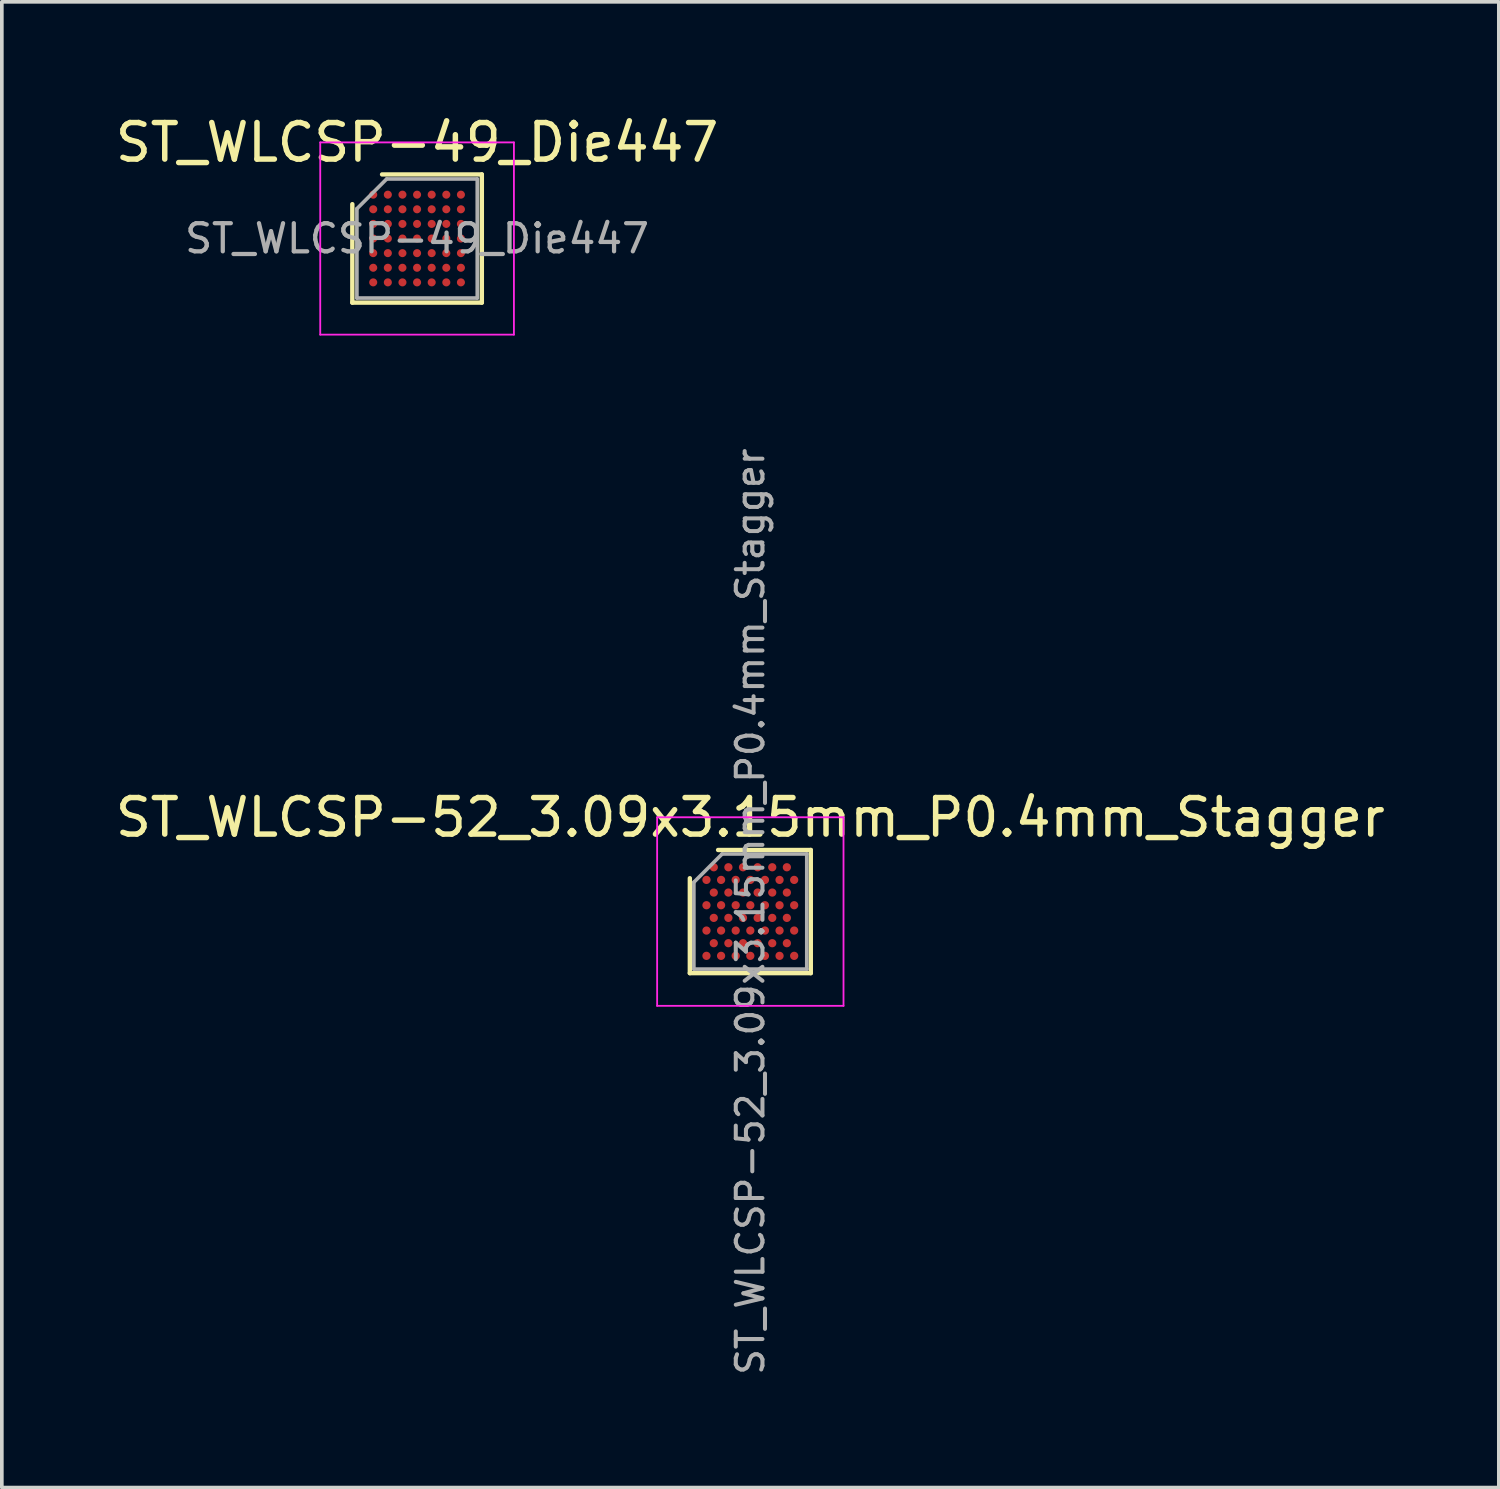
<source format=kicad_pcb>
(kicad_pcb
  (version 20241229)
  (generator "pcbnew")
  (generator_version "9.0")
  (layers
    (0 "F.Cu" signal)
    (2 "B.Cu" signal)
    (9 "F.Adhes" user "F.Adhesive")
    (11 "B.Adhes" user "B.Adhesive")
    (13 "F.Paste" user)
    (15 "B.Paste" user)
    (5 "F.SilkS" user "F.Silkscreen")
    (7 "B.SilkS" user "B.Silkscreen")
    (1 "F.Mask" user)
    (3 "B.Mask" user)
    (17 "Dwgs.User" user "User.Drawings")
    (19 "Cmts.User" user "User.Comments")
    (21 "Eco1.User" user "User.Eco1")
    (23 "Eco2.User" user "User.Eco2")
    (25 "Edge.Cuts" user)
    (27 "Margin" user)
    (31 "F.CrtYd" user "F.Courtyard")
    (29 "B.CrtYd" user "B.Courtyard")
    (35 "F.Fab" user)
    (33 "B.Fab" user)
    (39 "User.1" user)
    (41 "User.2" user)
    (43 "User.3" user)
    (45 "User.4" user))
  (footprint "ST_WLCSP-52_3.09x3.15mm_P0.4mm_Stagger"
    (layer "F.Cu")
    (at 17.482 21.894)
    (property "Reference" "ST_WLCSP-52_3.09x3.15mm_P0.4mm_Stagger" (at 0 -2.575 0) (layer "F.SilkS") (effects (font (size 1 1) (thickness 0.15))))
    (attr smd)
    (fp_line (start -1.655 1.685) (end -1.655 -0.912) (stroke (width 0.12) (type solid)) (layer "F.SilkS"))
    (fp_line (start -0.882 -1.685) (end 1.655 -1.685) (stroke (width 0.12) (type solid)) (layer "F.SilkS"))
    (fp_line (start 1.655 -1.685) (end 1.655 1.685) (stroke (width 0.12) (type solid)) (layer "F.SilkS"))
    (fp_line (start 1.655 1.685) (end -1.655 1.685) (stroke (width 0.12) (type solid)) (layer "F.SilkS"))
    (fp_line (start -2.55 -2.58) (end -2.55 2.58) (stroke (width 0.05) (type solid)) (layer "F.CrtYd"))
    (fp_line (start -2.55 2.58) (end 2.55 2.58) (stroke (width 0.05) (type solid)) (layer "F.CrtYd"))
    (fp_line (start 2.55 -2.58) (end -2.55 -2.58) (stroke (width 0.05) (type solid)) (layer "F.CrtYd"))
    (fp_line (start 2.55 2.58) (end 2.55 -2.58) (stroke (width 0.05) (type solid)) (layer "F.CrtYd"))
    (fp_line (start -1.545 -0.802) (end -0.772 -1.575) (stroke (width 0.1) (type solid)) (layer "F.Fab"))
    (fp_line (start -1.545 1.575) (end -1.545 -0.802) (stroke (width 0.1) (type solid)) (layer "F.Fab"))
    (fp_line (start -0.772 -1.575) (end 1.545 -1.575) (stroke (width 0.1) (type solid)) (layer "F.Fab"))
    (fp_line (start 1.545 -1.575) (end 1.545 1.575) (stroke (width 0.1) (type solid)) (layer "F.Fab"))
    (fp_line (start 1.545 1.575) (end -1.545 1.575) (stroke (width 0.1) (type solid)) (layer "F.Fab"))
    (fp_text user "${REFERENCE}" (at 0 0 270) (layer "F.Fab") (effects (font (size 0.73 0.73) (thickness 0.11))))
    (pad "A2" smd circle (at -1 -1.212) (size 0.225 0.225) (layers "F.Cu" "F.Mask" "F.Paste"))
    (pad "A4" smd circle (at -0.6 -1.212) (size 0.225 0.225) (layers "F.Cu" "F.Mask" "F.Paste"))
    (pad "A6" smd circle (at -0.2 -1.212) (size 0.225 0.225) (layers "F.Cu" "F.Mask" "F.Paste"))
    (pad "A8" smd circle (at 0.2 -1.212) (size 0.225 0.225) (layers "F.Cu" "F.Mask" "F.Paste"))
    (pad "A10" smd circle (at 0.6 -1.212) (size 0.225 0.225) (layers "F.Cu" "F.Mask" "F.Paste"))
    (pad "A12" smd circle (at 1 -1.212) (size 0.225 0.225) (layers "F.Cu" "F.Mask" "F.Paste"))
    (pad "B1" smd circle (at -1.2 -0.866) (size 0.225 0.225) (layers "F.Cu" "F.Mask" "F.Paste"))
    (pad "B3" smd circle (at -0.8 -0.866) (size 0.225 0.225) (layers "F.Cu" "F.Mask" "F.Paste"))
    (pad "B5" smd circle (at -0.4 -0.866) (size 0.225 0.225) (layers "F.Cu" "F.Mask" "F.Paste"))
    (pad "B7" smd circle (at 0 -0.866) (size 0.225 0.225) (layers "F.Cu" "F.Mask" "F.Paste"))
    (pad "B9" smd circle (at 0.4 -0.866) (size 0.225 0.225) (layers "F.Cu" "F.Mask" "F.Paste"))
    (pad "B11" smd circle (at 0.8 -0.866) (size 0.225 0.225) (layers "F.Cu" "F.Mask" "F.Paste"))
    (pad "B13" smd circle (at 1.2 -0.866) (size 0.225 0.225) (layers "F.Cu" "F.Mask" "F.Paste"))
    (pad "C2" smd circle (at -1 -0.52) (size 0.225 0.225) (layers "F.Cu" "F.Mask" "F.Paste"))
    (pad "C4" smd circle (at -0.6 -0.52) (size 0.225 0.225) (layers "F.Cu" "F.Mask" "F.Paste"))
    (pad "C6" smd circle (at -0.2 -0.52) (size 0.225 0.225) (layers "F.Cu" "F.Mask" "F.Paste"))
    (pad "C8" smd circle (at 0.2 -0.52) (size 0.225 0.225) (layers "F.Cu" "F.Mask" "F.Paste"))
    (pad "C10" smd circle (at 0.6 -0.52) (size 0.225 0.225) (layers "F.Cu" "F.Mask" "F.Paste"))
    (pad "C12" smd circle (at 1 -0.52) (size 0.225 0.225) (layers "F.Cu" "F.Mask" "F.Paste"))
    (pad "D1" smd circle (at -1.2 -0.173) (size 0.225 0.225) (layers "F.Cu" "F.Mask" "F.Paste"))
    (pad "D3" smd circle (at -0.8 -0.173) (size 0.225 0.225) (layers "F.Cu" "F.Mask" "F.Paste"))
    (pad "D5" smd circle (at -0.4 -0.173) (size 0.225 0.225) (layers "F.Cu" "F.Mask" "F.Paste"))
    (pad "D7" smd circle (at 0 -0.173) (size 0.225 0.225) (layers "F.Cu" "F.Mask" "F.Paste"))
    (pad "D9" smd circle (at 0.4 -0.173) (size 0.225 0.225) (layers "F.Cu" "F.Mask" "F.Paste"))
    (pad "D11" smd circle (at 0.8 -0.173) (size 0.225 0.225) (layers "F.Cu" "F.Mask" "F.Paste"))
    (pad "D13" smd circle (at 1.2 -0.173) (size 0.225 0.225) (layers "F.Cu" "F.Mask" "F.Paste"))
    (pad "E2" smd circle (at -1 0.173) (size 0.225 0.225) (layers "F.Cu" "F.Mask" "F.Paste"))
    (pad "E4" smd circle (at -0.6 0.173) (size 0.225 0.225) (layers "F.Cu" "F.Mask" "F.Paste"))
    (pad "E6" smd circle (at -0.2 0.173) (size 0.225 0.225) (layers "F.Cu" "F.Mask" "F.Paste"))
    (pad "E8" smd circle (at 0.2 0.173) (size 0.225 0.225) (layers "F.Cu" "F.Mask" "F.Paste"))
    (pad "E10" smd circle (at 0.6 0.173) (size 0.225 0.225) (layers "F.Cu" "F.Mask" "F.Paste"))
    (pad "E12" smd circle (at 1 0.173) (size 0.225 0.225) (layers "F.Cu" "F.Mask" "F.Paste"))
    (pad "F1" smd circle (at -1.2 0.52) (size 0.225 0.225) (layers "F.Cu" "F.Mask" "F.Paste"))
    (pad "F3" smd circle (at -0.8 0.52) (size 0.225 0.225) (layers "F.Cu" "F.Mask" "F.Paste"))
    (pad "F5" smd circle (at -0.4 0.52) (size 0.225 0.225) (layers "F.Cu" "F.Mask" "F.Paste"))
    (pad "F7" smd circle (at 0 0.52) (size 0.225 0.225) (layers "F.Cu" "F.Mask" "F.Paste"))
    (pad "F9" smd circle (at 0.4 0.52) (size 0.225 0.225) (layers "F.Cu" "F.Mask" "F.Paste"))
    (pad "F11" smd circle (at 0.8 0.52) (size 0.225 0.225) (layers "F.Cu" "F.Mask" "F.Paste"))
    (pad "F13" smd circle (at 1.2 0.52) (size 0.225 0.225) (layers "F.Cu" "F.Mask" "F.Paste"))
    (pad "G2" smd circle (at -1 0.866) (size 0.225 0.225) (layers "F.Cu" "F.Mask" "F.Paste"))
    (pad "G4" smd circle (at -0.6 0.866) (size 0.225 0.225) (layers "F.Cu" "F.Mask" "F.Paste"))
    (pad "G6" smd circle (at -0.2 0.866) (size 0.225 0.225) (layers "F.Cu" "F.Mask" "F.Paste"))
    (pad "G8" smd circle (at 0.2 0.866) (size 0.225 0.225) (layers "F.Cu" "F.Mask" "F.Paste"))
    (pad "G10" smd circle (at 0.6 0.866) (size 0.225 0.225) (layers "F.Cu" "F.Mask" "F.Paste"))
    (pad "G12" smd circle (at 1 0.866) (size 0.225 0.225) (layers "F.Cu" "F.Mask" "F.Paste"))
    (pad "H1" smd circle (at -1.2 1.212) (size 0.225 0.225) (layers "F.Cu" "F.Mask" "F.Paste"))
    (pad "H3" smd circle (at -0.8 1.212) (size 0.225 0.225) (layers "F.Cu" "F.Mask" "F.Paste"))
    (pad "H5" smd circle (at -0.4 1.212) (size 0.225 0.225) (layers "F.Cu" "F.Mask" "F.Paste"))
    (pad "H7" smd circle (at 0 1.212) (size 0.225 0.225) (layers "F.Cu" "F.Mask" "F.Paste"))
    (pad "H9" smd circle (at 0.4 1.212) (size 0.225 0.225) (layers "F.Cu" "F.Mask" "F.Paste"))
    (pad "H11" smd circle (at 0.8 1.212) (size 0.225 0.225) (layers "F.Cu" "F.Mask" "F.Paste"))
    (pad "H13" smd circle (at 1.2 1.212) (size 0.225 0.225) (layers "F.Cu" "F.Mask" "F.Paste")))
  (footprint "ST_WLCSP-49_Die447"
    (layer "F.Cu")
    (at 8.363 3.477)
    (property "Reference" "ST_WLCSP-49_Die447" (at 0 -2.629 0) (layer "F.SilkS") (effects (font (size 1 1) (thickness 0.15))))
    (attr smd)
    (fp_line (start -1.772 1.754) (end -1.772 -0.94) (stroke (width 0.12) (type solid)) (layer "F.SilkS"))
    (fp_line (start -0.958 -1.754) (end 1.772 -1.754) (stroke (width 0.12) (type solid)) (layer "F.SilkS"))
    (fp_line (start 1.772 -1.754) (end 1.772 1.754) (stroke (width 0.12) (type solid)) (layer "F.SilkS"))
    (fp_line (start 1.772 1.754) (end -1.772 1.754) (stroke (width 0.12) (type solid)) (layer "F.SilkS"))
    (fp_line (start -2.65 -2.63) (end -2.65 2.63) (stroke (width 0.05) (type solid)) (layer "F.CrtYd"))
    (fp_line (start -2.65 2.63) (end 2.65 2.63) (stroke (width 0.05) (type solid)) (layer "F.CrtYd"))
    (fp_line (start 2.65 -2.63) (end -2.65 -2.63) (stroke (width 0.05) (type solid)) (layer "F.CrtYd"))
    (fp_line (start 2.65 2.63) (end 2.65 -2.63) (stroke (width 0.05) (type solid)) (layer "F.CrtYd"))
    (fp_line (start -1.647 -0.815) (end -0.833 -1.629) (stroke (width 0.1) (type solid)) (layer "F.Fab"))
    (fp_line (start -1.647 1.629) (end -1.647 -0.815) (stroke (width 0.1) (type solid)) (layer "F.Fab"))
    (fp_line (start -0.833 -1.629) (end 1.647 -1.629) (stroke (width 0.1) (type solid)) (layer "F.Fab"))
    (fp_line (start 1.647 -1.629) (end 1.647 1.629) (stroke (width 0.1) (type solid)) (layer "F.Fab"))
    (fp_line (start 1.647 1.629) (end -1.647 1.629) (stroke (width 0.1) (type solid)) (layer "F.Fab"))
    (fp_text user "${REFERENCE}" (at 0 0 0) (layer "F.Fab") (effects (font (size 0.77 0.77) (thickness 0.116))))
    (pad "A1" smd circle (at -1.2 -1.2) (size 0.22 0.22) (layers "F.Cu" "F.Mask" "F.Paste"))
    (pad "A2" smd circle (at -0.8 -1.2) (size 0.22 0.22) (layers "F.Cu" "F.Mask" "F.Paste"))
    (pad "A3" smd circle (at -0.4 -1.2) (size 0.22 0.22) (layers "F.Cu" "F.Mask" "F.Paste"))
    (pad "A4" smd circle (at 0 -1.2) (size 0.22 0.22) (layers "F.Cu" "F.Mask" "F.Paste"))
    (pad "A5" smd circle (at 0.4 -1.2) (size 0.22 0.22) (layers "F.Cu" "F.Mask" "F.Paste"))
    (pad "A6" smd circle (at 0.8 -1.2) (size 0.22 0.22) (layers "F.Cu" "F.Mask" "F.Paste"))
    (pad "A7" smd circle (at 1.2 -1.2) (size 0.22 0.22) (layers "F.Cu" "F.Mask" "F.Paste"))
    (pad "B1" smd circle (at -1.2 -0.8) (size 0.22 0.22) (layers "F.Cu" "F.Mask" "F.Paste"))
    (pad "B2" smd circle (at -0.8 -0.8) (size 0.22 0.22) (layers "F.Cu" "F.Mask" "F.Paste"))
    (pad "B3" smd circle (at -0.4 -0.8) (size 0.22 0.22) (layers "F.Cu" "F.Mask" "F.Paste"))
    (pad "B4" smd circle (at 0 -0.8) (size 0.22 0.22) (layers "F.Cu" "F.Mask" "F.Paste"))
    (pad "B5" smd circle (at 0.4 -0.8) (size 0.22 0.22) (layers "F.Cu" "F.Mask" "F.Paste"))
    (pad "B6" smd circle (at 0.8 -0.8) (size 0.22 0.22) (layers "F.Cu" "F.Mask" "F.Paste"))
    (pad "B7" smd circle (at 1.2 -0.8) (size 0.22 0.22) (layers "F.Cu" "F.Mask" "F.Paste"))
    (pad "C1" smd circle (at -1.2 -0.4) (size 0.22 0.22) (layers "F.Cu" "F.Mask" "F.Paste"))
    (pad "C2" smd circle (at -0.8 -0.4) (size 0.22 0.22) (layers "F.Cu" "F.Mask" "F.Paste"))
    (pad "C3" smd circle (at -0.4 -0.4) (size 0.22 0.22) (layers "F.Cu" "F.Mask" "F.Paste"))
    (pad "C4" smd circle (at 0 -0.4) (size 0.22 0.22) (layers "F.Cu" "F.Mask" "F.Paste"))
    (pad "C5" smd circle (at 0.4 -0.4) (size 0.22 0.22) (layers "F.Cu" "F.Mask" "F.Paste"))
    (pad "C6" smd circle (at 0.8 -0.4) (size 0.22 0.22) (layers "F.Cu" "F.Mask" "F.Paste"))
    (pad "C7" smd circle (at 1.2 -0.4) (size 0.22 0.22) (layers "F.Cu" "F.Mask" "F.Paste"))
    (pad "D1" smd circle (at -1.2 0) (size 0.22 0.22) (layers "F.Cu" "F.Mask" "F.Paste"))
    (pad "D2" smd circle (at -0.8 0) (size 0.22 0.22) (layers "F.Cu" "F.Mask" "F.Paste"))
    (pad "D3" smd circle (at -0.4 0) (size 0.22 0.22) (layers "F.Cu" "F.Mask" "F.Paste"))
    (pad "D4" smd circle (at 0 0) (size 0.22 0.22) (layers "F.Cu" "F.Mask" "F.Paste"))
    (pad "D5" smd circle (at 0.4 0) (size 0.22 0.22) (layers "F.Cu" "F.Mask" "F.Paste"))
    (pad "D6" smd circle (at 0.8 0) (size 0.22 0.22) (layers "F.Cu" "F.Mask" "F.Paste"))
    (pad "D7" smd circle (at 1.2 0) (size 0.22 0.22) (layers "F.Cu" "F.Mask" "F.Paste"))
    (pad "E1" smd circle (at -1.2 0.4) (size 0.22 0.22) (layers "F.Cu" "F.Mask" "F.Paste"))
    (pad "E2" smd circle (at -0.8 0.4) (size 0.22 0.22) (layers "F.Cu" "F.Mask" "F.Paste"))
    (pad "E3" smd circle (at -0.4 0.4) (size 0.22 0.22) (layers "F.Cu" "F.Mask" "F.Paste"))
    (pad "E4" smd circle (at 0 0.4) (size 0.22 0.22) (layers "F.Cu" "F.Mask" "F.Paste"))
    (pad "E5" smd circle (at 0.4 0.4) (size 0.22 0.22) (layers "F.Cu" "F.Mask" "F.Paste"))
    (pad "E6" smd circle (at 0.8 0.4) (size 0.22 0.22) (layers "F.Cu" "F.Mask" "F.Paste"))
    (pad "E7" smd circle (at 1.2 0.4) (size 0.22 0.22) (layers "F.Cu" "F.Mask" "F.Paste"))
    (pad "F1" smd circle (at -1.2 0.8) (size 0.22 0.22) (layers "F.Cu" "F.Mask" "F.Paste"))
    (pad "F2" smd circle (at -0.8 0.8) (size 0.22 0.22) (layers "F.Cu" "F.Mask" "F.Paste"))
    (pad "F3" smd circle (at -0.4 0.8) (size 0.22 0.22) (layers "F.Cu" "F.Mask" "F.Paste"))
    (pad "F4" smd circle (at 0 0.8) (size 0.22 0.22) (layers "F.Cu" "F.Mask" "F.Paste"))
    (pad "F5" smd circle (at 0.4 0.8) (size 0.22 0.22) (layers "F.Cu" "F.Mask" "F.Paste"))
    (pad "F6" smd circle (at 0.8 0.8) (size 0.22 0.22) (layers "F.Cu" "F.Mask" "F.Paste"))
    (pad "F7" smd circle (at 1.2 0.8) (size 0.22 0.22) (layers "F.Cu" "F.Mask" "F.Paste"))
    (pad "G1" smd circle (at -1.2 1.2) (size 0.22 0.22) (layers "F.Cu" "F.Mask" "F.Paste"))
    (pad "G2" smd circle (at -0.8 1.2) (size 0.22 0.22) (layers "F.Cu" "F.Mask" "F.Paste"))
    (pad "G3" smd circle (at -0.4 1.2) (size 0.22 0.22) (layers "F.Cu" "F.Mask" "F.Paste"))
    (pad "G4" smd circle (at 0 1.2) (size 0.22 0.22) (layers "F.Cu" "F.Mask" "F.Paste"))
    (pad "G5" smd circle (at 0.4 1.2) (size 0.22 0.22) (layers "F.Cu" "F.Mask" "F.Paste"))
    (pad "G6" smd circle (at 0.8 1.2) (size 0.22 0.22) (layers "F.Cu" "F.Mask" "F.Paste"))
    (pad "G7" smd circle (at 1.2 1.2) (size 0.22 0.22) (layers "F.Cu" "F.Mask" "F.Paste")))
  (gr_rect
    (start -3 -3)
    (end 37.964 37.656)
    (stroke (width 0.1) (type default))
    (fill no)
    (layer "Edge.Cuts")))
</source>
